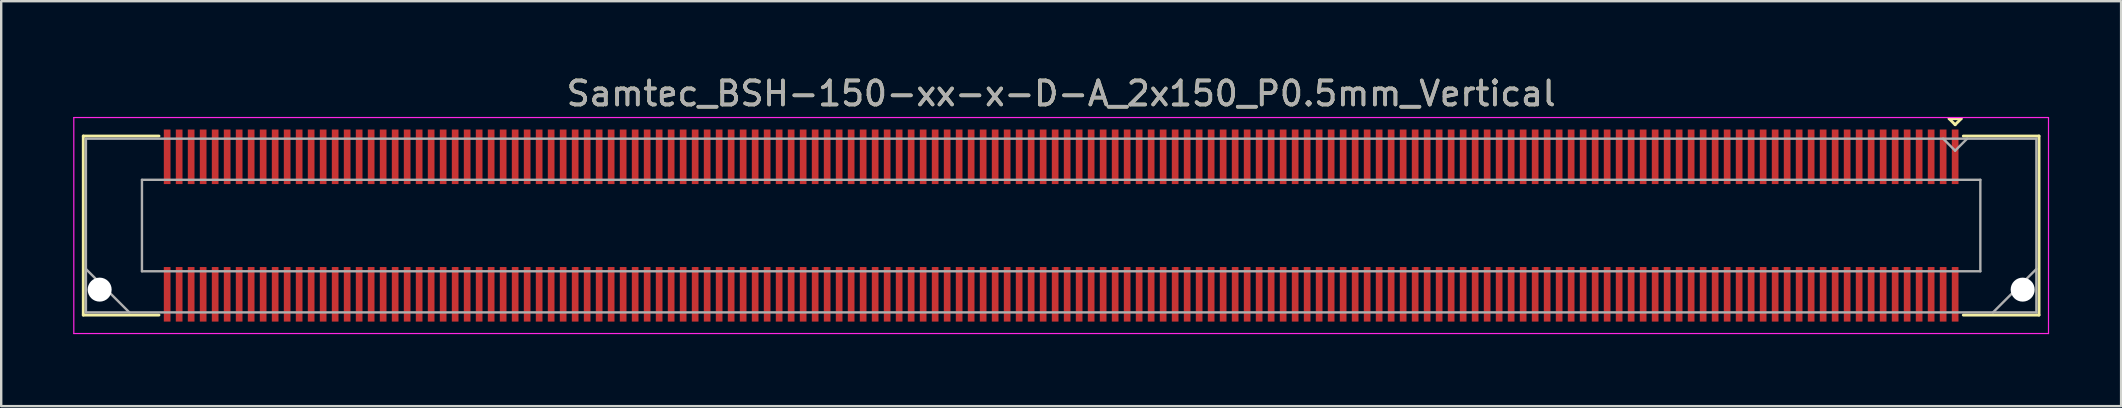
<source format=kicad_pcb>
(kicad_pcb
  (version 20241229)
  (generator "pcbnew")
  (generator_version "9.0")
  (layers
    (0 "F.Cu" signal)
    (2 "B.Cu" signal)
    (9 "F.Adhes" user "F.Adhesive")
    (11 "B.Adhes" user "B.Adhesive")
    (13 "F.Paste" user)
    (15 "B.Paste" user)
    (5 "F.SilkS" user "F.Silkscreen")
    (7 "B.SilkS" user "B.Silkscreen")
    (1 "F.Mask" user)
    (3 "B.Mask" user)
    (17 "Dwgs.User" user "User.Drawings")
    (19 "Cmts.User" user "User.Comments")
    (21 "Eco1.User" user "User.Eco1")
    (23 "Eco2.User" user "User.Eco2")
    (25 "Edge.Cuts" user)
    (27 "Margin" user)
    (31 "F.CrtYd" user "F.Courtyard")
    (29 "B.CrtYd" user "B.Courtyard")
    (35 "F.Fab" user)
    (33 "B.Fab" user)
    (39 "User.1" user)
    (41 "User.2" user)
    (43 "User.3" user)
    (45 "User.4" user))
  (footprint "Samtec_BSH-150-xx-x-D-A_2x150_P0.5mm_Vertical"
    (layer "F.Cu")
    (at 41.165 6.348)
    (property "Reference" "Samtec_BSH-150-xx-x-D-A_2x150_P0.5mm_Vertical" (at 0 -5.5 0) (layer "F.SilkS") (effects (font (size 1 1) (thickness 0.15))))
    (attr smd)
    (fp_line (start -40.745 -3.73) (end -37.59 -3.73) (stroke (width 0.12) (type solid)) (layer "F.SilkS"))
    (fp_line (start -40.745 3.73) (end -40.745 -3.73) (stroke (width 0.12) (type solid)) (layer "F.SilkS"))
    (fp_line (start -37.59 3.73) (end -40.745 3.73) (stroke (width 0.12) (type solid)) (layer "F.SilkS"))
    (fp_line (start 37 -4.452) (end 37.5 -4.452) (stroke (width 0.12) (type solid)) (layer "F.SilkS"))
    (fp_line (start 37.25 -4.202) (end 37 -4.452) (stroke (width 0.12) (type solid)) (layer "F.SilkS"))
    (fp_line (start 37.5 -4.452) (end 37.25 -4.202) (stroke (width 0.12) (type solid)) (layer "F.SilkS"))
    (fp_line (start 37.59 3.73) (end 40.745 3.73) (stroke (width 0.12) (type solid)) (layer "F.SilkS"))
    (fp_line (start 40.745 -3.73) (end 37.59 -3.73) (stroke (width 0.12) (type solid)) (layer "F.SilkS"))
    (fp_line (start 40.745 3.73) (end 40.745 -3.73) (stroke (width 0.12) (type solid)) (layer "F.SilkS"))
    (fp_line (start -41.14 -4.5) (end -41.14 4.5) (stroke (width 0.05) (type solid)) (layer "F.CrtYd"))
    (fp_line (start -41.14 4.5) (end 41.14 4.5) (stroke (width 0.05) (type solid)) (layer "F.CrtYd"))
    (fp_line (start 41.14 -4.5) (end -41.14 -4.5) (stroke (width 0.05) (type solid)) (layer "F.CrtYd"))
    (fp_line (start 41.14 4.5) (end 41.14 -4.5) (stroke (width 0.05) (type solid)) (layer "F.CrtYd"))
    (fp_line (start -40.635 -3.62) (end -40.635 3.62) (stroke (width 0.1) (type solid)) (layer "F.Fab"))
    (fp_line (start -40.635 1.81) (end -38.825 3.62) (stroke (width 0.1) (type solid)) (layer "F.Fab"))
    (fp_line (start -40.635 3.62) (end 40.635 3.62) (stroke (width 0.1) (type solid)) (layer "F.Fab"))
    (fp_line (start -38.3 -1.905) (end -38.3 1.905) (stroke (width 0.1) (type solid)) (layer "F.Fab"))
    (fp_line (start -38.3 1.905) (end 38.3 1.905) (stroke (width 0.1) (type solid)) (layer "F.Fab"))
    (fp_line (start 37.25 -3.12) (end 36.75 -3.62) (stroke (width 0.1) (type solid)) (layer "F.Fab"))
    (fp_line (start 37.75 -3.62) (end 37.25 -3.12) (stroke (width 0.1) (type solid)) (layer "F.Fab"))
    (fp_line (start 38.3 -1.905) (end -38.3 -1.905) (stroke (width 0.1) (type solid)) (layer "F.Fab"))
    (fp_line (start 38.3 1.905) (end 38.3 -1.905) (stroke (width 0.1) (type solid)) (layer "F.Fab"))
    (fp_line (start 40.635 -3.62) (end -40.635 -3.62) (stroke (width 0.1) (type solid)) (layer "F.Fab"))
    (fp_line (start 40.635 1.81) (end 38.825 3.62) (stroke (width 0.1) (type solid)) (layer "F.Fab"))
    (fp_line (start 40.635 3.62) (end 40.635 -3.62) (stroke (width 0.1) (type solid)) (layer "F.Fab"))
    (fp_text user "${REFERENCE}" (at 0 -5.5 0) (layer "F.Fab") (effects (font (size 1 1) (thickness 0.15))))
    (pad "" np_thru_hole circle (at -40.063 2.67) (size 1 1) (drill 1) (layers "*.Cu" "*.Mask"))
    (pad "" np_thru_hole circle (at 40.063 2.67) (size 1 1) (drill 1) (layers "*.Cu" "*.Mask"))
    (pad "1" smd rect (at 37.25 -2.865) (size 0.279 2.273) (layers "F.Cu" "F.Mask" "F.Paste"))
    (pad "2" smd rect (at 37.25 2.865) (size 0.279 2.273) (layers "F.Cu" "F.Mask" "F.Paste"))
    (pad "3" smd rect (at 36.75 -2.865) (size 0.279 2.273) (layers "F.Cu" "F.Mask" "F.Paste"))
    (pad "4" smd rect (at 36.75 2.865) (size 0.279 2.273) (layers "F.Cu" "F.Mask" "F.Paste"))
    (pad "5" smd rect (at 36.25 -2.865) (size 0.279 2.273) (layers "F.Cu" "F.Mask" "F.Paste"))
    (pad "6" smd rect (at 36.25 2.865) (size 0.279 2.273) (layers "F.Cu" "F.Mask" "F.Paste"))
    (pad "7" smd rect (at 35.75 -2.865) (size 0.279 2.273) (layers "F.Cu" "F.Mask" "F.Paste"))
    (pad "8" smd rect (at 35.75 2.865) (size 0.279 2.273) (layers "F.Cu" "F.Mask" "F.Paste"))
    (pad "9" smd rect (at 35.25 -2.865) (size 0.279 2.273) (layers "F.Cu" "F.Mask" "F.Paste"))
    (pad "10" smd rect (at 35.25 2.865) (size 0.279 2.273) (layers "F.Cu" "F.Mask" "F.Paste"))
    (pad "11" smd rect (at 34.75 -2.865) (size 0.279 2.273) (layers "F.Cu" "F.Mask" "F.Paste"))
    (pad "12" smd rect (at 34.75 2.865) (size 0.279 2.273) (layers "F.Cu" "F.Mask" "F.Paste"))
    (pad "13" smd rect (at 34.25 -2.865) (size 0.279 2.273) (layers "F.Cu" "F.Mask" "F.Paste"))
    (pad "14" smd rect (at 34.25 2.865) (size 0.279 2.273) (layers "F.Cu" "F.Mask" "F.Paste"))
    (pad "15" smd rect (at 33.75 -2.865) (size 0.279 2.273) (layers "F.Cu" "F.Mask" "F.Paste"))
    (pad "16" smd rect (at 33.75 2.865) (size 0.279 2.273) (layers "F.Cu" "F.Mask" "F.Paste"))
    (pad "17" smd rect (at 33.25 -2.865) (size 0.279 2.273) (layers "F.Cu" "F.Mask" "F.Paste"))
    (pad "18" smd rect (at 33.25 2.865) (size 0.279 2.273) (layers "F.Cu" "F.Mask" "F.Paste"))
    (pad "19" smd rect (at 32.75 -2.865) (size 0.279 2.273) (layers "F.Cu" "F.Mask" "F.Paste"))
    (pad "20" smd rect (at 32.75 2.865) (size 0.279 2.273) (layers "F.Cu" "F.Mask" "F.Paste"))
    (pad "21" smd rect (at 32.25 -2.865) (size 0.279 2.273) (layers "F.Cu" "F.Mask" "F.Paste"))
    (pad "22" smd rect (at 32.25 2.865) (size 0.279 2.273) (layers "F.Cu" "F.Mask" "F.Paste"))
    (pad "23" smd rect (at 31.75 -2.865) (size 0.279 2.273) (layers "F.Cu" "F.Mask" "F.Paste"))
    (pad "24" smd rect (at 31.75 2.865) (size 0.279 2.273) (layers "F.Cu" "F.Mask" "F.Paste"))
    (pad "25" smd rect (at 31.25 -2.865) (size 0.279 2.273) (layers "F.Cu" "F.Mask" "F.Paste"))
    (pad "26" smd rect (at 31.25 2.865) (size 0.279 2.273) (layers "F.Cu" "F.Mask" "F.Paste"))
    (pad "27" smd rect (at 30.75 -2.865) (size 0.279 2.273) (layers "F.Cu" "F.Mask" "F.Paste"))
    (pad "28" smd rect (at 30.75 2.865) (size 0.279 2.273) (layers "F.Cu" "F.Mask" "F.Paste"))
    (pad "29" smd rect (at 30.25 -2.865) (size 0.279 2.273) (layers "F.Cu" "F.Mask" "F.Paste"))
    (pad "30" smd rect (at 30.25 2.865) (size 0.279 2.273) (layers "F.Cu" "F.Mask" "F.Paste"))
    (pad "31" smd rect (at 29.75 -2.865) (size 0.279 2.273) (layers "F.Cu" "F.Mask" "F.Paste"))
    (pad "32" smd rect (at 29.75 2.865) (size 0.279 2.273) (layers "F.Cu" "F.Mask" "F.Paste"))
    (pad "33" smd rect (at 29.25 -2.865) (size 0.279 2.273) (layers "F.Cu" "F.Mask" "F.Paste"))
    (pad "34" smd rect (at 29.25 2.865) (size 0.279 2.273) (layers "F.Cu" "F.Mask" "F.Paste"))
    (pad "35" smd rect (at 28.75 -2.865) (size 0.279 2.273) (layers "F.Cu" "F.Mask" "F.Paste"))
    (pad "36" smd rect (at 28.75 2.865) (size 0.279 2.273) (layers "F.Cu" "F.Mask" "F.Paste"))
    (pad "37" smd rect (at 28.25 -2.865) (size 0.279 2.273) (layers "F.Cu" "F.Mask" "F.Paste"))
    (pad "38" smd rect (at 28.25 2.865) (size 0.279 2.273) (layers "F.Cu" "F.Mask" "F.Paste"))
    (pad "39" smd rect (at 27.75 -2.865) (size 0.279 2.273) (layers "F.Cu" "F.Mask" "F.Paste"))
    (pad "40" smd rect (at 27.75 2.865) (size 0.279 2.273) (layers "F.Cu" "F.Mask" "F.Paste"))
    (pad "41" smd rect (at 27.25 -2.865) (size 0.279 2.273) (layers "F.Cu" "F.Mask" "F.Paste"))
    (pad "42" smd rect (at 27.25 2.865) (size 0.279 2.273) (layers "F.Cu" "F.Mask" "F.Paste"))
    (pad "43" smd rect (at 26.75 -2.865) (size 0.279 2.273) (layers "F.Cu" "F.Mask" "F.Paste"))
    (pad "44" smd rect (at 26.75 2.865) (size 0.279 2.273) (layers "F.Cu" "F.Mask" "F.Paste"))
    (pad "45" smd rect (at 26.25 -2.865) (size 0.279 2.273) (layers "F.Cu" "F.Mask" "F.Paste"))
    (pad "46" smd rect (at 26.25 2.865) (size 0.279 2.273) (layers "F.Cu" "F.Mask" "F.Paste"))
    (pad "47" smd rect (at 25.75 -2.865) (size 0.279 2.273) (layers "F.Cu" "F.Mask" "F.Paste"))
    (pad "48" smd rect (at 25.75 2.865) (size 0.279 2.273) (layers "F.Cu" "F.Mask" "F.Paste"))
    (pad "49" smd rect (at 25.25 -2.865) (size 0.279 2.273) (layers "F.Cu" "F.Mask" "F.Paste"))
    (pad "50" smd rect (at 25.25 2.865) (size 0.279 2.273) (layers "F.Cu" "F.Mask" "F.Paste"))
    (pad "51" smd rect (at 24.75 -2.865) (size 0.279 2.273) (layers "F.Cu" "F.Mask" "F.Paste"))
    (pad "52" smd rect (at 24.75 2.865) (size 0.279 2.273) (layers "F.Cu" "F.Mask" "F.Paste"))
    (pad "53" smd rect (at 24.25 -2.865) (size 0.279 2.273) (layers "F.Cu" "F.Mask" "F.Paste"))
    (pad "54" smd rect (at 24.25 2.865) (size 0.279 2.273) (layers "F.Cu" "F.Mask" "F.Paste"))
    (pad "55" smd rect (at 23.75 -2.865) (size 0.279 2.273) (layers "F.Cu" "F.Mask" "F.Paste"))
    (pad "56" smd rect (at 23.75 2.865) (size 0.279 2.273) (layers "F.Cu" "F.Mask" "F.Paste"))
    (pad "57" smd rect (at 23.25 -2.865) (size 0.279 2.273) (layers "F.Cu" "F.Mask" "F.Paste"))
    (pad "58" smd rect (at 23.25 2.865) (size 0.279 2.273) (layers "F.Cu" "F.Mask" "F.Paste"))
    (pad "59" smd rect (at 22.75 -2.865) (size 0.279 2.273) (layers "F.Cu" "F.Mask" "F.Paste"))
    (pad "60" smd rect (at 22.75 2.865) (size 0.279 2.273) (layers "F.Cu" "F.Mask" "F.Paste"))
    (pad "61" smd rect (at 22.25 -2.865) (size 0.279 2.273) (layers "F.Cu" "F.Mask" "F.Paste"))
    (pad "62" smd rect (at 22.25 2.865) (size 0.279 2.273) (layers "F.Cu" "F.Mask" "F.Paste"))
    (pad "63" smd rect (at 21.75 -2.865) (size 0.279 2.273) (layers "F.Cu" "F.Mask" "F.Paste"))
    (pad "64" smd rect (at 21.75 2.865) (size 0.279 2.273) (layers "F.Cu" "F.Mask" "F.Paste"))
    (pad "65" smd rect (at 21.25 -2.865) (size 0.279 2.273) (layers "F.Cu" "F.Mask" "F.Paste"))
    (pad "66" smd rect (at 21.25 2.865) (size 0.279 2.273) (layers "F.Cu" "F.Mask" "F.Paste"))
    (pad "67" smd rect (at 20.75 -2.865) (size 0.279 2.273) (layers "F.Cu" "F.Mask" "F.Paste"))
    (pad "68" smd rect (at 20.75 2.865) (size 0.279 2.273) (layers "F.Cu" "F.Mask" "F.Paste"))
    (pad "69" smd rect (at 20.25 -2.865) (size 0.279 2.273) (layers "F.Cu" "F.Mask" "F.Paste"))
    (pad "70" smd rect (at 20.25 2.865) (size 0.279 2.273) (layers "F.Cu" "F.Mask" "F.Paste"))
    (pad "71" smd rect (at 19.75 -2.865) (size 0.279 2.273) (layers "F.Cu" "F.Mask" "F.Paste"))
    (pad "72" smd rect (at 19.75 2.865) (size 0.279 2.273) (layers "F.Cu" "F.Mask" "F.Paste"))
    (pad "73" smd rect (at 19.25 -2.865) (size 0.279 2.273) (layers "F.Cu" "F.Mask" "F.Paste"))
    (pad "74" smd rect (at 19.25 2.865) (size 0.279 2.273) (layers "F.Cu" "F.Mask" "F.Paste"))
    (pad "75" smd rect (at 18.75 -2.865) (size 0.279 2.273) (layers "F.Cu" "F.Mask" "F.Paste"))
    (pad "76" smd rect (at 18.75 2.865) (size 0.279 2.273) (layers "F.Cu" "F.Mask" "F.Paste"))
    (pad "77" smd rect (at 18.25 -2.865) (size 0.279 2.273) (layers "F.Cu" "F.Mask" "F.Paste"))
    (pad "78" smd rect (at 18.25 2.865) (size 0.279 2.273) (layers "F.Cu" "F.Mask" "F.Paste"))
    (pad "79" smd rect (at 17.75 -2.865) (size 0.279 2.273) (layers "F.Cu" "F.Mask" "F.Paste"))
    (pad "80" smd rect (at 17.75 2.865) (size 0.279 2.273) (layers "F.Cu" "F.Mask" "F.Paste"))
    (pad "81" smd rect (at 17.25 -2.865) (size 0.279 2.273) (layers "F.Cu" "F.Mask" "F.Paste"))
    (pad "82" smd rect (at 17.25 2.865) (size 0.279 2.273) (layers "F.Cu" "F.Mask" "F.Paste"))
    (pad "83" smd rect (at 16.75 -2.865) (size 0.279 2.273) (layers "F.Cu" "F.Mask" "F.Paste"))
    (pad "84" smd rect (at 16.75 2.865) (size 0.279 2.273) (layers "F.Cu" "F.Mask" "F.Paste"))
    (pad "85" smd rect (at 16.25 -2.865) (size 0.279 2.273) (layers "F.Cu" "F.Mask" "F.Paste"))
    (pad "86" smd rect (at 16.25 2.865) (size 0.279 2.273) (layers "F.Cu" "F.Mask" "F.Paste"))
    (pad "87" smd rect (at 15.75 -2.865) (size 0.279 2.273) (layers "F.Cu" "F.Mask" "F.Paste"))
    (pad "88" smd rect (at 15.75 2.865) (size 0.279 2.273) (layers "F.Cu" "F.Mask" "F.Paste"))
    (pad "89" smd rect (at 15.25 -2.865) (size 0.279 2.273) (layers "F.Cu" "F.Mask" "F.Paste"))
    (pad "90" smd rect (at 15.25 2.865) (size 0.279 2.273) (layers "F.Cu" "F.Mask" "F.Paste"))
    (pad "91" smd rect (at 14.75 -2.865) (size 0.279 2.273) (layers "F.Cu" "F.Mask" "F.Paste"))
    (pad "92" smd rect (at 14.75 2.865) (size 0.279 2.273) (layers "F.Cu" "F.Mask" "F.Paste"))
    (pad "93" smd rect (at 14.25 -2.865) (size 0.279 2.273) (layers "F.Cu" "F.Mask" "F.Paste"))
    (pad "94" smd rect (at 14.25 2.865) (size 0.279 2.273) (layers "F.Cu" "F.Mask" "F.Paste"))
    (pad "95" smd rect (at 13.75 -2.865) (size 0.279 2.273) (layers "F.Cu" "F.Mask" "F.Paste"))
    (pad "96" smd rect (at 13.75 2.865) (size 0.279 2.273) (layers "F.Cu" "F.Mask" "F.Paste"))
    (pad "97" smd rect (at 13.25 -2.865) (size 0.279 2.273) (layers "F.Cu" "F.Mask" "F.Paste"))
    (pad "98" smd rect (at 13.25 2.865) (size 0.279 2.273) (layers "F.Cu" "F.Mask" "F.Paste"))
    (pad "99" smd rect (at 12.75 -2.865) (size 0.279 2.273) (layers "F.Cu" "F.Mask" "F.Paste"))
    (pad "100" smd rect (at 12.75 2.865) (size 0.279 2.273) (layers "F.Cu" "F.Mask" "F.Paste"))
    (pad "101" smd rect (at 12.25 -2.865) (size 0.279 2.273) (layers "F.Cu" "F.Mask" "F.Paste"))
    (pad "102" smd rect (at 12.25 2.865) (size 0.279 2.273) (layers "F.Cu" "F.Mask" "F.Paste"))
    (pad "103" smd rect (at 11.75 -2.865) (size 0.279 2.273) (layers "F.Cu" "F.Mask" "F.Paste"))
    (pad "104" smd rect (at 11.75 2.865) (size 0.279 2.273) (layers "F.Cu" "F.Mask" "F.Paste"))
    (pad "105" smd rect (at 11.25 -2.865) (size 0.279 2.273) (layers "F.Cu" "F.Mask" "F.Paste"))
    (pad "106" smd rect (at 11.25 2.865) (size 0.279 2.273) (layers "F.Cu" "F.Mask" "F.Paste"))
    (pad "107" smd rect (at 10.75 -2.865) (size 0.279 2.273) (layers "F.Cu" "F.Mask" "F.Paste"))
    (pad "108" smd rect (at 10.75 2.865) (size 0.279 2.273) (layers "F.Cu" "F.Mask" "F.Paste"))
    (pad "109" smd rect (at 10.25 -2.865) (size 0.279 2.273) (layers "F.Cu" "F.Mask" "F.Paste"))
    (pad "110" smd rect (at 10.25 2.865) (size 0.279 2.273) (layers "F.Cu" "F.Mask" "F.Paste"))
    (pad "111" smd rect (at 9.75 -2.865) (size 0.279 2.273) (layers "F.Cu" "F.Mask" "F.Paste"))
    (pad "112" smd rect (at 9.75 2.865) (size 0.279 2.273) (layers "F.Cu" "F.Mask" "F.Paste"))
    (pad "113" smd rect (at 9.25 -2.865) (size 0.279 2.273) (layers "F.Cu" "F.Mask" "F.Paste"))
    (pad "114" smd rect (at 9.25 2.865) (size 0.279 2.273) (layers "F.Cu" "F.Mask" "F.Paste"))
    (pad "115" smd rect (at 8.75 -2.865) (size 0.279 2.273) (layers "F.Cu" "F.Mask" "F.Paste"))
    (pad "116" smd rect (at 8.75 2.865) (size 0.279 2.273) (layers "F.Cu" "F.Mask" "F.Paste"))
    (pad "117" smd rect (at 8.25 -2.865) (size 0.279 2.273) (layers "F.Cu" "F.Mask" "F.Paste"))
    (pad "118" smd rect (at 8.25 2.865) (size 0.279 2.273) (layers "F.Cu" "F.Mask" "F.Paste"))
    (pad "119" smd rect (at 7.75 -2.865) (size 0.279 2.273) (layers "F.Cu" "F.Mask" "F.Paste"))
    (pad "120" smd rect (at 7.75 2.865) (size 0.279 2.273) (layers "F.Cu" "F.Mask" "F.Paste"))
    (pad "121" smd rect (at 7.25 -2.865) (size 0.279 2.273) (layers "F.Cu" "F.Mask" "F.Paste"))
    (pad "122" smd rect (at 7.25 2.865) (size 0.279 2.273) (layers "F.Cu" "F.Mask" "F.Paste"))
    (pad "123" smd rect (at 6.75 -2.865) (size 0.279 2.273) (layers "F.Cu" "F.Mask" "F.Paste"))
    (pad "124" smd rect (at 6.75 2.865) (size 0.279 2.273) (layers "F.Cu" "F.Mask" "F.Paste"))
    (pad "125" smd rect (at 6.25 -2.865) (size 0.279 2.273) (layers "F.Cu" "F.Mask" "F.Paste"))
    (pad "126" smd rect (at 6.25 2.865) (size 0.279 2.273) (layers "F.Cu" "F.Mask" "F.Paste"))
    (pad "127" smd rect (at 5.75 -2.865) (size 0.279 2.273) (layers "F.Cu" "F.Mask" "F.Paste"))
    (pad "128" smd rect (at 5.75 2.865) (size 0.279 2.273) (layers "F.Cu" "F.Mask" "F.Paste"))
    (pad "129" smd rect (at 5.25 -2.865) (size 0.279 2.273) (layers "F.Cu" "F.Mask" "F.Paste"))
    (pad "130" smd rect (at 5.25 2.865) (size 0.279 2.273) (layers "F.Cu" "F.Mask" "F.Paste"))
    (pad "131" smd rect (at 4.75 -2.865) (size 0.279 2.273) (layers "F.Cu" "F.Mask" "F.Paste"))
    (pad "132" smd rect (at 4.75 2.865) (size 0.279 2.273) (layers "F.Cu" "F.Mask" "F.Paste"))
    (pad "133" smd rect (at 4.25 -2.865) (size 0.279 2.273) (layers "F.Cu" "F.Mask" "F.Paste"))
    (pad "134" smd rect (at 4.25 2.865) (size 0.279 2.273) (layers "F.Cu" "F.Mask" "F.Paste"))
    (pad "135" smd rect (at 3.75 -2.865) (size 0.279 2.273) (layers "F.Cu" "F.Mask" "F.Paste"))
    (pad "136" smd rect (at 3.75 2.865) (size 0.279 2.273) (layers "F.Cu" "F.Mask" "F.Paste"))
    (pad "137" smd rect (at 3.25 -2.865) (size 0.279 2.273) (layers "F.Cu" "F.Mask" "F.Paste"))
    (pad "138" smd rect (at 3.25 2.865) (size 0.279 2.273) (layers "F.Cu" "F.Mask" "F.Paste"))
    (pad "139" smd rect (at 2.75 -2.865) (size 0.279 2.273) (layers "F.Cu" "F.Mask" "F.Paste"))
    (pad "140" smd rect (at 2.75 2.865) (size 0.279 2.273) (layers "F.Cu" "F.Mask" "F.Paste"))
    (pad "141" smd rect (at 2.25 -2.865) (size 0.279 2.273) (layers "F.Cu" "F.Mask" "F.Paste"))
    (pad "142" smd rect (at 2.25 2.865) (size 0.279 2.273) (layers "F.Cu" "F.Mask" "F.Paste"))
    (pad "143" smd rect (at 1.75 -2.865) (size 0.279 2.273) (layers "F.Cu" "F.Mask" "F.Paste"))
    (pad "144" smd rect (at 1.75 2.865) (size 0.279 2.273) (layers "F.Cu" "F.Mask" "F.Paste"))
    (pad "145" smd rect (at 1.25 -2.865) (size 0.279 2.273) (layers "F.Cu" "F.Mask" "F.Paste"))
    (pad "146" smd rect (at 1.25 2.865) (size 0.279 2.273) (layers "F.Cu" "F.Mask" "F.Paste"))
    (pad "147" smd rect (at 0.75 -2.865) (size 0.279 2.273) (layers "F.Cu" "F.Mask" "F.Paste"))
    (pad "148" smd rect (at 0.75 2.865) (size 0.279 2.273) (layers "F.Cu" "F.Mask" "F.Paste"))
    (pad "149" smd rect (at 0.25 -2.865) (size 0.279 2.273) (layers "F.Cu" "F.Mask" "F.Paste"))
    (pad "150" smd rect (at 0.25 2.865) (size 0.279 2.273) (layers "F.Cu" "F.Mask" "F.Paste"))
    (pad "151" smd rect (at -0.25 -2.865) (size 0.279 2.273) (layers "F.Cu" "F.Mask" "F.Paste"))
    (pad "152" smd rect (at -0.25 2.865) (size 0.279 2.273) (layers "F.Cu" "F.Mask" "F.Paste"))
    (pad "153" smd rect (at -0.75 -2.865) (size 0.279 2.273) (layers "F.Cu" "F.Mask" "F.Paste"))
    (pad "154" smd rect (at -0.75 2.865) (size 0.279 2.273) (layers "F.Cu" "F.Mask" "F.Paste"))
    (pad "155" smd rect (at -1.25 -2.865) (size 0.279 2.273) (layers "F.Cu" "F.Mask" "F.Paste"))
    (pad "156" smd rect (at -1.25 2.865) (size 0.279 2.273) (layers "F.Cu" "F.Mask" "F.Paste"))
    (pad "157" smd rect (at -1.75 -2.865) (size 0.279 2.273) (layers "F.Cu" "F.Mask" "F.Paste"))
    (pad "158" smd rect (at -1.75 2.865) (size 0.279 2.273) (layers "F.Cu" "F.Mask" "F.Paste"))
    (pad "159" smd rect (at -2.25 -2.865) (size 0.279 2.273) (layers "F.Cu" "F.Mask" "F.Paste"))
    (pad "160" smd rect (at -2.25 2.865) (size 0.279 2.273) (layers "F.Cu" "F.Mask" "F.Paste"))
    (pad "161" smd rect (at -2.75 -2.865) (size 0.279 2.273) (layers "F.Cu" "F.Mask" "F.Paste"))
    (pad "162" smd rect (at -2.75 2.865) (size 0.279 2.273) (layers "F.Cu" "F.Mask" "F.Paste"))
    (pad "163" smd rect (at -3.25 -2.865) (size 0.279 2.273) (layers "F.Cu" "F.Mask" "F.Paste"))
    (pad "164" smd rect (at -3.25 2.865) (size 0.279 2.273) (layers "F.Cu" "F.Mask" "F.Paste"))
    (pad "165" smd rect (at -3.75 -2.865) (size 0.279 2.273) (layers "F.Cu" "F.Mask" "F.Paste"))
    (pad "166" smd rect (at -3.75 2.865) (size 0.279 2.273) (layers "F.Cu" "F.Mask" "F.Paste"))
    (pad "167" smd rect (at -4.25 -2.865) (size 0.279 2.273) (layers "F.Cu" "F.Mask" "F.Paste"))
    (pad "168" smd rect (at -4.25 2.865) (size 0.279 2.273) (layers "F.Cu" "F.Mask" "F.Paste"))
    (pad "169" smd rect (at -4.75 -2.865) (size 0.279 2.273) (layers "F.Cu" "F.Mask" "F.Paste"))
    (pad "170" smd rect (at -4.75 2.865) (size 0.279 2.273) (layers "F.Cu" "F.Mask" "F.Paste"))
    (pad "171" smd rect (at -5.25 -2.865) (size 0.279 2.273) (layers "F.Cu" "F.Mask" "F.Paste"))
    (pad "172" smd rect (at -5.25 2.865) (size 0.279 2.273) (layers "F.Cu" "F.Mask" "F.Paste"))
    (pad "173" smd rect (at -5.75 -2.865) (size 0.279 2.273) (layers "F.Cu" "F.Mask" "F.Paste"))
    (pad "174" smd rect (at -5.75 2.865) (size 0.279 2.273) (layers "F.Cu" "F.Mask" "F.Paste"))
    (pad "175" smd rect (at -6.25 -2.865) (size 0.279 2.273) (layers "F.Cu" "F.Mask" "F.Paste"))
    (pad "176" smd rect (at -6.25 2.865) (size 0.279 2.273) (layers "F.Cu" "F.Mask" "F.Paste"))
    (pad "177" smd rect (at -6.75 -2.865) (size 0.279 2.273) (layers "F.Cu" "F.Mask" "F.Paste"))
    (pad "178" smd rect (at -6.75 2.865) (size 0.279 2.273) (layers "F.Cu" "F.Mask" "F.Paste"))
    (pad "179" smd rect (at -7.25 -2.865) (size 0.279 2.273) (layers "F.Cu" "F.Mask" "F.Paste"))
    (pad "180" smd rect (at -7.25 2.865) (size 0.279 2.273) (layers "F.Cu" "F.Mask" "F.Paste"))
    (pad "181" smd rect (at -7.75 -2.865) (size 0.279 2.273) (layers "F.Cu" "F.Mask" "F.Paste"))
    (pad "182" smd rect (at -7.75 2.865) (size 0.279 2.273) (layers "F.Cu" "F.Mask" "F.Paste"))
    (pad "183" smd rect (at -8.25 -2.865) (size 0.279 2.273) (layers "F.Cu" "F.Mask" "F.Paste"))
    (pad "184" smd rect (at -8.25 2.865) (size 0.279 2.273) (layers "F.Cu" "F.Mask" "F.Paste"))
    (pad "185" smd rect (at -8.75 -2.865) (size 0.279 2.273) (layers "F.Cu" "F.Mask" "F.Paste"))
    (pad "186" smd rect (at -8.75 2.865) (size 0.279 2.273) (layers "F.Cu" "F.Mask" "F.Paste"))
    (pad "187" smd rect (at -9.25 -2.865) (size 0.279 2.273) (layers "F.Cu" "F.Mask" "F.Paste"))
    (pad "188" smd rect (at -9.25 2.865) (size 0.279 2.273) (layers "F.Cu" "F.Mask" "F.Paste"))
    (pad "189" smd rect (at -9.75 -2.865) (size 0.279 2.273) (layers "F.Cu" "F.Mask" "F.Paste"))
    (pad "190" smd rect (at -9.75 2.865) (size 0.279 2.273) (layers "F.Cu" "F.Mask" "F.Paste"))
    (pad "191" smd rect (at -10.25 -2.865) (size 0.279 2.273) (layers "F.Cu" "F.Mask" "F.Paste"))
    (pad "192" smd rect (at -10.25 2.865) (size 0.279 2.273) (layers "F.Cu" "F.Mask" "F.Paste"))
    (pad "193" smd rect (at -10.75 -2.865) (size 0.279 2.273) (layers "F.Cu" "F.Mask" "F.Paste"))
    (pad "194" smd rect (at -10.75 2.865) (size 0.279 2.273) (layers "F.Cu" "F.Mask" "F.Paste"))
    (pad "195" smd rect (at -11.25 -2.865) (size 0.279 2.273) (layers "F.Cu" "F.Mask" "F.Paste"))
    (pad "196" smd rect (at -11.25 2.865) (size 0.279 2.273) (layers "F.Cu" "F.Mask" "F.Paste"))
    (pad "197" smd rect (at -11.75 -2.865) (size 0.279 2.273) (layers "F.Cu" "F.Mask" "F.Paste"))
    (pad "198" smd rect (at -11.75 2.865) (size 0.279 2.273) (layers "F.Cu" "F.Mask" "F.Paste"))
    (pad "199" smd rect (at -12.25 -2.865) (size 0.279 2.273) (layers "F.Cu" "F.Mask" "F.Paste"))
    (pad "200" smd rect (at -12.25 2.865) (size 0.279 2.273) (layers "F.Cu" "F.Mask" "F.Paste"))
    (pad "201" smd rect (at -12.75 -2.865) (size 0.279 2.273) (layers "F.Cu" "F.Mask" "F.Paste"))
    (pad "202" smd rect (at -12.75 2.865) (size 0.279 2.273) (layers "F.Cu" "F.Mask" "F.Paste"))
    (pad "203" smd rect (at -13.25 -2.865) (size 0.279 2.273) (layers "F.Cu" "F.Mask" "F.Paste"))
    (pad "204" smd rect (at -13.25 2.865) (size 0.279 2.273) (layers "F.Cu" "F.Mask" "F.Paste"))
    (pad "205" smd rect (at -13.75 -2.865) (size 0.279 2.273) (layers "F.Cu" "F.Mask" "F.Paste"))
    (pad "206" smd rect (at -13.75 2.865) (size 0.279 2.273) (layers "F.Cu" "F.Mask" "F.Paste"))
    (pad "207" smd rect (at -14.25 -2.865) (size 0.279 2.273) (layers "F.Cu" "F.Mask" "F.Paste"))
    (pad "208" smd rect (at -14.25 2.865) (size 0.279 2.273) (layers "F.Cu" "F.Mask" "F.Paste"))
    (pad "209" smd rect (at -14.75 -2.865) (size 0.279 2.273) (layers "F.Cu" "F.Mask" "F.Paste"))
    (pad "210" smd rect (at -14.75 2.865) (size 0.279 2.273) (layers "F.Cu" "F.Mask" "F.Paste"))
    (pad "211" smd rect (at -15.25 -2.865) (size 0.279 2.273) (layers "F.Cu" "F.Mask" "F.Paste"))
    (pad "212" smd rect (at -15.25 2.865) (size 0.279 2.273) (layers "F.Cu" "F.Mask" "F.Paste"))
    (pad "213" smd rect (at -15.75 -2.865) (size 0.279 2.273) (layers "F.Cu" "F.Mask" "F.Paste"))
    (pad "214" smd rect (at -15.75 2.865) (size 0.279 2.273) (layers "F.Cu" "F.Mask" "F.Paste"))
    (pad "215" smd rect (at -16.25 -2.865) (size 0.279 2.273) (layers "F.Cu" "F.Mask" "F.Paste"))
    (pad "216" smd rect (at -16.25 2.865) (size 0.279 2.273) (layers "F.Cu" "F.Mask" "F.Paste"))
    (pad "217" smd rect (at -16.75 -2.865) (size 0.279 2.273) (layers "F.Cu" "F.Mask" "F.Paste"))
    (pad "218" smd rect (at -16.75 2.865) (size 0.279 2.273) (layers "F.Cu" "F.Mask" "F.Paste"))
    (pad "219" smd rect (at -17.25 -2.865) (size 0.279 2.273) (layers "F.Cu" "F.Mask" "F.Paste"))
    (pad "220" smd rect (at -17.25 2.865) (size 0.279 2.273) (layers "F.Cu" "F.Mask" "F.Paste"))
    (pad "221" smd rect (at -17.75 -2.865) (size 0.279 2.273) (layers "F.Cu" "F.Mask" "F.Paste"))
    (pad "222" smd rect (at -17.75 2.865) (size 0.279 2.273) (layers "F.Cu" "F.Mask" "F.Paste"))
    (pad "223" smd rect (at -18.25 -2.865) (size 0.279 2.273) (layers "F.Cu" "F.Mask" "F.Paste"))
    (pad "224" smd rect (at -18.25 2.865) (size 0.279 2.273) (layers "F.Cu" "F.Mask" "F.Paste"))
    (pad "225" smd rect (at -18.75 -2.865) (size 0.279 2.273) (layers "F.Cu" "F.Mask" "F.Paste"))
    (pad "226" smd rect (at -18.75 2.865) (size 0.279 2.273) (layers "F.Cu" "F.Mask" "F.Paste"))
    (pad "227" smd rect (at -19.25 -2.865) (size 0.279 2.273) (layers "F.Cu" "F.Mask" "F.Paste"))
    (pad "228" smd rect (at -19.25 2.865) (size 0.279 2.273) (layers "F.Cu" "F.Mask" "F.Paste"))
    (pad "229" smd rect (at -19.75 -2.865) (size 0.279 2.273) (layers "F.Cu" "F.Mask" "F.Paste"))
    (pad "230" smd rect (at -19.75 2.865) (size 0.279 2.273) (layers "F.Cu" "F.Mask" "F.Paste"))
    (pad "231" smd rect (at -20.25 -2.865) (size 0.279 2.273) (layers "F.Cu" "F.Mask" "F.Paste"))
    (pad "232" smd rect (at -20.25 2.865) (size 0.279 2.273) (layers "F.Cu" "F.Mask" "F.Paste"))
    (pad "233" smd rect (at -20.75 -2.865) (size 0.279 2.273) (layers "F.Cu" "F.Mask" "F.Paste"))
    (pad "234" smd rect (at -20.75 2.865) (size 0.279 2.273) (layers "F.Cu" "F.Mask" "F.Paste"))
    (pad "235" smd rect (at -21.25 -2.865) (size 0.279 2.273) (layers "F.Cu" "F.Mask" "F.Paste"))
    (pad "236" smd rect (at -21.25 2.865) (size 0.279 2.273) (layers "F.Cu" "F.Mask" "F.Paste"))
    (pad "237" smd rect (at -21.75 -2.865) (size 0.279 2.273) (layers "F.Cu" "F.Mask" "F.Paste"))
    (pad "238" smd rect (at -21.75 2.865) (size 0.279 2.273) (layers "F.Cu" "F.Mask" "F.Paste"))
    (pad "239" smd rect (at -22.25 -2.865) (size 0.279 2.273) (layers "F.Cu" "F.Mask" "F.Paste"))
    (pad "240" smd rect (at -22.25 2.865) (size 0.279 2.273) (layers "F.Cu" "F.Mask" "F.Paste"))
    (pad "241" smd rect (at -22.75 -2.865) (size 0.279 2.273) (layers "F.Cu" "F.Mask" "F.Paste"))
    (pad "242" smd rect (at -22.75 2.865) (size 0.279 2.273) (layers "F.Cu" "F.Mask" "F.Paste"))
    (pad "243" smd rect (at -23.25 -2.865) (size 0.279 2.273) (layers "F.Cu" "F.Mask" "F.Paste"))
    (pad "244" smd rect (at -23.25 2.865) (size 0.279 2.273) (layers "F.Cu" "F.Mask" "F.Paste"))
    (pad "245" smd rect (at -23.75 -2.865) (size 0.279 2.273) (layers "F.Cu" "F.Mask" "F.Paste"))
    (pad "246" smd rect (at -23.75 2.865) (size 0.279 2.273) (layers "F.Cu" "F.Mask" "F.Paste"))
    (pad "247" smd rect (at -24.25 -2.865) (size 0.279 2.273) (layers "F.Cu" "F.Mask" "F.Paste"))
    (pad "248" smd rect (at -24.25 2.865) (size 0.279 2.273) (layers "F.Cu" "F.Mask" "F.Paste"))
    (pad "249" smd rect (at -24.75 -2.865) (size 0.279 2.273) (layers "F.Cu" "F.Mask" "F.Paste"))
    (pad "250" smd rect (at -24.75 2.865) (size 0.279 2.273) (layers "F.Cu" "F.Mask" "F.Paste"))
    (pad "251" smd rect (at -25.25 -2.865) (size 0.279 2.273) (layers "F.Cu" "F.Mask" "F.Paste"))
    (pad "252" smd rect (at -25.25 2.865) (size 0.279 2.273) (layers "F.Cu" "F.Mask" "F.Paste"))
    (pad "253" smd rect (at -25.75 -2.865) (size 0.279 2.273) (layers "F.Cu" "F.Mask" "F.Paste"))
    (pad "254" smd rect (at -25.75 2.865) (size 0.279 2.273) (layers "F.Cu" "F.Mask" "F.Paste"))
    (pad "255" smd rect (at -26.25 -2.865) (size 0.279 2.273) (layers "F.Cu" "F.Mask" "F.Paste"))
    (pad "256" smd rect (at -26.25 2.865) (size 0.279 2.273) (layers "F.Cu" "F.Mask" "F.Paste"))
    (pad "257" smd rect (at -26.75 -2.865) (size 0.279 2.273) (layers "F.Cu" "F.Mask" "F.Paste"))
    (pad "258" smd rect (at -26.75 2.865) (size 0.279 2.273) (layers "F.Cu" "F.Mask" "F.Paste"))
    (pad "259" smd rect (at -27.25 -2.865) (size 0.279 2.273) (layers "F.Cu" "F.Mask" "F.Paste"))
    (pad "260" smd rect (at -27.25 2.865) (size 0.279 2.273) (layers "F.Cu" "F.Mask" "F.Paste"))
    (pad "261" smd rect (at -27.75 -2.865) (size 0.279 2.273) (layers "F.Cu" "F.Mask" "F.Paste"))
    (pad "262" smd rect (at -27.75 2.865) (size 0.279 2.273) (layers "F.Cu" "F.Mask" "F.Paste"))
    (pad "263" smd rect (at -28.25 -2.865) (size 0.279 2.273) (layers "F.Cu" "F.Mask" "F.Paste"))
    (pad "264" smd rect (at -28.25 2.865) (size 0.279 2.273) (layers "F.Cu" "F.Mask" "F.Paste"))
    (pad "265" smd rect (at -28.75 -2.865) (size 0.279 2.273) (layers "F.Cu" "F.Mask" "F.Paste"))
    (pad "266" smd rect (at -28.75 2.865) (size 0.279 2.273) (layers "F.Cu" "F.Mask" "F.Paste"))
    (pad "267" smd rect (at -29.25 -2.865) (size 0.279 2.273) (layers "F.Cu" "F.Mask" "F.Paste"))
    (pad "268" smd rect (at -29.25 2.865) (size 0.279 2.273) (layers "F.Cu" "F.Mask" "F.Paste"))
    (pad "269" smd rect (at -29.75 -2.865) (size 0.279 2.273) (layers "F.Cu" "F.Mask" "F.Paste"))
    (pad "270" smd rect (at -29.75 2.865) (size 0.279 2.273) (layers "F.Cu" "F.Mask" "F.Paste"))
    (pad "271" smd rect (at -30.25 -2.865) (size 0.279 2.273) (layers "F.Cu" "F.Mask" "F.Paste"))
    (pad "272" smd rect (at -30.25 2.865) (size 0.279 2.273) (layers "F.Cu" "F.Mask" "F.Paste"))
    (pad "273" smd rect (at -30.75 -2.865) (size 0.279 2.273) (layers "F.Cu" "F.Mask" "F.Paste"))
    (pad "274" smd rect (at -30.75 2.865) (size 0.279 2.273) (layers "F.Cu" "F.Mask" "F.Paste"))
    (pad "275" smd rect (at -31.25 -2.865) (size 0.279 2.273) (layers "F.Cu" "F.Mask" "F.Paste"))
    (pad "276" smd rect (at -31.25 2.865) (size 0.279 2.273) (layers "F.Cu" "F.Mask" "F.Paste"))
    (pad "277" smd rect (at -31.75 -2.865) (size 0.279 2.273) (layers "F.Cu" "F.Mask" "F.Paste"))
    (pad "278" smd rect (at -31.75 2.865) (size 0.279 2.273) (layers "F.Cu" "F.Mask" "F.Paste"))
    (pad "279" smd rect (at -32.25 -2.865) (size 0.279 2.273) (layers "F.Cu" "F.Mask" "F.Paste"))
    (pad "280" smd rect (at -32.25 2.865) (size 0.279 2.273) (layers "F.Cu" "F.Mask" "F.Paste"))
    (pad "281" smd rect (at -32.75 -2.865) (size 0.279 2.273) (layers "F.Cu" "F.Mask" "F.Paste"))
    (pad "282" smd rect (at -32.75 2.865) (size 0.279 2.273) (layers "F.Cu" "F.Mask" "F.Paste"))
    (pad "283" smd rect (at -33.25 -2.865) (size 0.279 2.273) (layers "F.Cu" "F.Mask" "F.Paste"))
    (pad "284" smd rect (at -33.25 2.865) (size 0.279 2.273) (layers "F.Cu" "F.Mask" "F.Paste"))
    (pad "285" smd rect (at -33.75 -2.865) (size 0.279 2.273) (layers "F.Cu" "F.Mask" "F.Paste"))
    (pad "286" smd rect (at -33.75 2.865) (size 0.279 2.273) (layers "F.Cu" "F.Mask" "F.Paste"))
    (pad "287" smd rect (at -34.25 -2.865) (size 0.279 2.273) (layers "F.Cu" "F.Mask" "F.Paste"))
    (pad "288" smd rect (at -34.25 2.865) (size 0.279 2.273) (layers "F.Cu" "F.Mask" "F.Paste"))
    (pad "289" smd rect (at -34.75 -2.865) (size 0.279 2.273) (layers "F.Cu" "F.Mask" "F.Paste"))
    (pad "290" smd rect (at -34.75 2.865) (size 0.279 2.273) (layers "F.Cu" "F.Mask" "F.Paste"))
    (pad "291" smd rect (at -35.25 -2.865) (size 0.279 2.273) (layers "F.Cu" "F.Mask" "F.Paste"))
    (pad "292" smd rect (at -35.25 2.865) (size 0.279 2.273) (layers "F.Cu" "F.Mask" "F.Paste"))
    (pad "293" smd rect (at -35.75 -2.865) (size 0.279 2.273) (layers "F.Cu" "F.Mask" "F.Paste"))
    (pad "294" smd rect (at -35.75 2.865) (size 0.279 2.273) (layers "F.Cu" "F.Mask" "F.Paste"))
    (pad "295" smd rect (at -36.25 -2.865) (size 0.279 2.273) (layers "F.Cu" "F.Mask" "F.Paste"))
    (pad "296" smd rect (at -36.25 2.865) (size 0.279 2.273) (layers "F.Cu" "F.Mask" "F.Paste"))
    (pad "297" smd rect (at -36.75 -2.865) (size 0.279 2.273) (layers "F.Cu" "F.Mask" "F.Paste"))
    (pad "298" smd rect (at -36.75 2.865) (size 0.279 2.273) (layers "F.Cu" "F.Mask" "F.Paste"))
    (pad "299" smd rect (at -37.25 -2.865) (size 0.279 2.273) (layers "F.Cu" "F.Mask" "F.Paste"))
    (pad "300" smd rect (at -37.25 2.865) (size 0.279 2.273) (layers "F.Cu" "F.Mask" "F.Paste")))
  (gr_rect
    (start -3 -3)
    (end 85.33 13.873)
    (stroke (width 0.1) (type default))
    (fill no)
    (layer "Edge.Cuts")))
</source>
